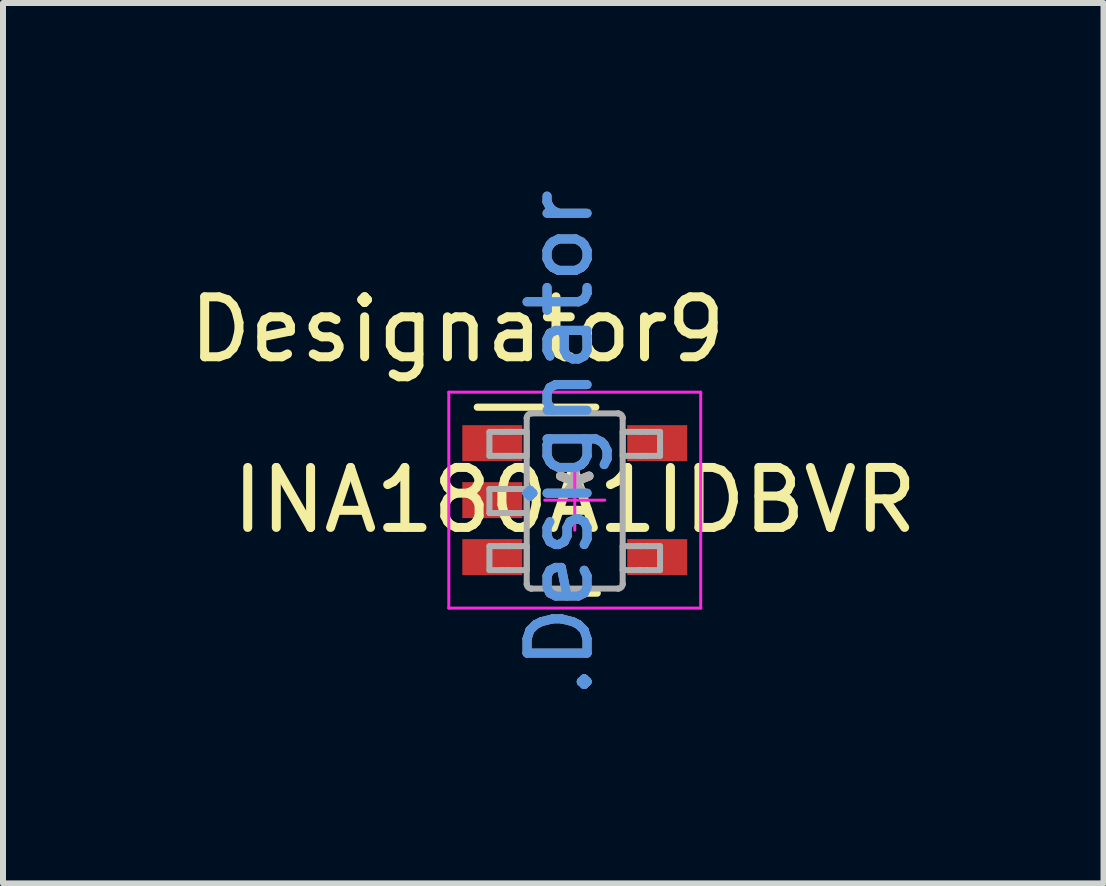
<source format=kicad_pcb>
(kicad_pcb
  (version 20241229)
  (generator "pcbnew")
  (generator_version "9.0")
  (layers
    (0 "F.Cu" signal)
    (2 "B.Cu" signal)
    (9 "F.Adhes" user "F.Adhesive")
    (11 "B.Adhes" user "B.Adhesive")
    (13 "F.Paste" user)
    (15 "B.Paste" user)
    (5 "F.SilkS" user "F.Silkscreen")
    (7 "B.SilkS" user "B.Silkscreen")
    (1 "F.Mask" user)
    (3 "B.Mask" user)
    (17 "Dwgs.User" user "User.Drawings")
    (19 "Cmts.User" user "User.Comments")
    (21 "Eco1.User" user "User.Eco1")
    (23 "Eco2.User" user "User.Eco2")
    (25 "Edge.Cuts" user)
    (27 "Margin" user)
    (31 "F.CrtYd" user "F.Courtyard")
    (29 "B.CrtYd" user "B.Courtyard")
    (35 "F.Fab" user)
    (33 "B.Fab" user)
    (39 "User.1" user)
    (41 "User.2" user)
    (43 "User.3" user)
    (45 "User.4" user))
  (footprint "INA180A1IDBVR"
    (layer "F.Cu")
    (at 6.533 5.289)
    (property "Reference" "INA180A1IDBVR" (at 0 0 0) (layer "F.SilkS") (effects (font (size 1 1) (thickness 0.15))))
    (attr through_hole)
    (fp_line (start -1.625 -1.55) (end 0.35 -1.55) (stroke (width 0.12) (type solid)) (layer "F.SilkS"))
    (fp_line (start -0.4 1.55) (end 0.375 1.55) (stroke (width 0.12) (type solid)) (layer "F.SilkS"))
    (fp_line (start -2.1 -1.8) (end 2.1 -1.8) (stroke (width 0.05) (type solid)) (layer "F.CrtYd"))
    (fp_line (start -2.1 1.8) (end -2.1 -1.8) (stroke (width 0.05) (type solid)) (layer "F.CrtYd"))
    (fp_line (start -2.1 1.8) (end 2.1 1.8) (stroke (width 0.05) (type solid)) (layer "F.CrtYd"))
    (fp_line (start -0.5 0) (end 0.5 0) (stroke (width 0.05) (type solid)) (layer "F.CrtYd"))
    (fp_line (start 0 0.5) (end 0 -0.5) (stroke (width 0.05) (type solid)) (layer "F.CrtYd"))
    (fp_line (start 2.1 1.8) (end 2.1 -1.8) (stroke (width 0.05) (type solid)) (layer "F.CrtYd"))
    (fp_line (start -1.423 -1.138) (end -1.199 -1.138) (stroke (width 0.1) (type solid)) (layer "F.Fab"))
    (fp_line (start -1.423 -0.738) (end -1.423 -1.138) (stroke (width 0.1) (type solid)) (layer "F.Fab"))
    (fp_line (start -1.423 -0.738) (end -1.199 -0.738) (stroke (width 0.1) (type solid)) (layer "F.Fab"))
    (fp_line (start -1.423 -0.186) (end -1.199 -0.186) (stroke (width 0.1) (type solid)) (layer "F.Fab"))
    (fp_line (start -1.423 0.215) (end -1.423 -0.186) (stroke (width 0.1) (type solid)) (layer "F.Fab"))
    (fp_line (start -1.423 0.215) (end -1.199 0.215) (stroke (width 0.1) (type solid)) (layer "F.Fab"))
    (fp_line (start -1.423 0.767) (end -1.199 0.767) (stroke (width 0.1) (type solid)) (layer "F.Fab"))
    (fp_line (start -1.423 1.167) (end -1.423 0.767) (stroke (width 0.1) (type solid)) (layer "F.Fab"))
    (fp_line (start -1.423 1.167) (end -1.199 1.167) (stroke (width 0.1) (type solid)) (layer "F.Fab"))
    (fp_line (start -1.199 -1.138) (end -1.105 -1.138) (stroke (width 0.1) (type solid)) (layer "F.Fab"))
    (fp_line (start -1.199 -0.738) (end -1.105 -0.738) (stroke (width 0.1) (type solid)) (layer "F.Fab"))
    (fp_line (start -1.199 -0.186) (end -1.105 -0.186) (stroke (width 0.1) (type solid)) (layer "F.Fab"))
    (fp_line (start -1.199 0.215) (end -1.105 0.215) (stroke (width 0.1) (type solid)) (layer "F.Fab"))
    (fp_line (start -1.199 0.767) (end -1.105 0.767) (stroke (width 0.1) (type solid)) (layer "F.Fab"))
    (fp_line (start -1.199 1.167) (end -1.105 1.167) (stroke (width 0.1) (type solid)) (layer "F.Fab"))
    (fp_line (start -1.105 -1.138) (end -1.088 -1.138) (stroke (width 0.1) (type solid)) (layer "F.Fab"))
    (fp_line (start -1.105 -0.738) (end -1.088 -0.738) (stroke (width 0.1) (type solid)) (layer "F.Fab"))
    (fp_line (start -1.105 -0.186) (end -1.088 -0.186) (stroke (width 0.1) (type solid)) (layer "F.Fab"))
    (fp_line (start -1.105 0.215) (end -1.088 0.215) (stroke (width 0.1) (type solid)) (layer "F.Fab"))
    (fp_line (start -1.105 0.767) (end -1.088 0.767) (stroke (width 0.1) (type solid)) (layer "F.Fab"))
    (fp_line (start -1.105 1.167) (end -1.088 1.167) (stroke (width 0.1) (type solid)) (layer "F.Fab"))
    (fp_line (start -1.088 -1.138) (end -0.835 -1.138) (stroke (width 0.1) (type solid)) (layer "F.Fab"))
    (fp_line (start -1.088 -0.738) (end -0.835 -0.738) (stroke (width 0.1) (type solid)) (layer "F.Fab"))
    (fp_line (start -1.088 -0.186) (end -0.835 -0.186) (stroke (width 0.1) (type solid)) (layer "F.Fab"))
    (fp_line (start -1.088 0.215) (end -0.835 0.215) (stroke (width 0.1) (type solid)) (layer "F.Fab"))
    (fp_line (start -1.088 0.767) (end -0.835 0.767) (stroke (width 0.1) (type solid)) (layer "F.Fab"))
    (fp_line (start -1.088 1.167) (end -0.835 1.167) (stroke (width 0.1) (type solid)) (layer "F.Fab"))
    (fp_line (start -0.835 -1.138) (end -0.801 -1.138) (stroke (width 0.1) (type solid)) (layer "F.Fab"))
    (fp_line (start -0.835 -0.738) (end -0.801 -0.738) (stroke (width 0.1) (type solid)) (layer "F.Fab"))
    (fp_line (start -0.835 -0.186) (end -0.801 -0.186) (stroke (width 0.1) (type solid)) (layer "F.Fab"))
    (fp_line (start -0.835 0.215) (end -0.801 0.215) (stroke (width 0.1) (type solid)) (layer "F.Fab"))
    (fp_line (start -0.835 0.767) (end -0.801 0.767) (stroke (width 0.1) (type solid)) (layer "F.Fab"))
    (fp_line (start -0.835 1.167) (end -0.801 1.167) (stroke (width 0.1) (type solid)) (layer "F.Fab"))
    (fp_line (start -0.801 -1.37) (end -0.801 -1.371) (stroke (width 0.1) (type solid)) (layer "F.Fab"))
    (fp_line (start -0.801 -0.738) (end -0.801 -1.138) (stroke (width 0.1) (type solid)) (layer "F.Fab"))
    (fp_line (start -0.801 0.215) (end -0.801 -0.186) (stroke (width 0.1) (type solid)) (layer "F.Fab"))
    (fp_line (start -0.801 1.167) (end -0.801 0.767) (stroke (width 0.1) (type solid)) (layer "F.Fab"))
    (fp_line (start -0.801 1.399) (end -0.801 -1.37) (stroke (width 0.1) (type solid)) (layer "F.Fab"))
    (fp_line (start -0.801 1.4) (end -0.801 1.399) (stroke (width 0.1) (type solid)) (layer "F.Fab"))
    (fp_line (start -0.725 -1.446) (end -0.725 -1.446) (stroke (width 0.1) (type solid)) (layer "F.Fab"))
    (fp_line (start -0.725 1.475) (end -0.725 1.475) (stroke (width 0.1) (type solid)) (layer "F.Fab"))
    (fp_line (start -0.725 -1.446) (end 0.723 -1.446) (stroke (width 0.1) (type solid)) (layer "F.Fab"))
    (fp_line (start -0.725 1.475) (end 0.723 1.475) (stroke (width 0.1) (type solid)) (layer "F.Fab"))
    (fp_line (start 0.723 -1.446) (end 0.724 -1.446) (stroke (width 0.1) (type solid)) (layer "F.Fab"))
    (fp_line (start 0.723 1.475) (end 0.724 1.475) (stroke (width 0.1) (type solid)) (layer "F.Fab"))
    (fp_line (start 0.799 -1.37) (end 0.799 -1.371) (stroke (width 0.1) (type solid)) (layer "F.Fab"))
    (fp_line (start 0.799 -1.138) (end 0.834 -1.138) (stroke (width 0.1) (type solid)) (layer "F.Fab"))
    (fp_line (start 0.799 -0.738) (end 0.799 -1.138) (stroke (width 0.1) (type solid)) (layer "F.Fab"))
    (fp_line (start 0.799 -0.738) (end 0.834 -0.738) (stroke (width 0.1) (type solid)) (layer "F.Fab"))
    (fp_line (start 0.799 0.767) (end 0.834 0.767) (stroke (width 0.1) (type solid)) (layer "F.Fab"))
    (fp_line (start 0.799 1.167) (end 0.799 0.767) (stroke (width 0.1) (type solid)) (layer "F.Fab"))
    (fp_line (start 0.799 1.167) (end 0.834 1.167) (stroke (width 0.1) (type solid)) (layer "F.Fab"))
    (fp_line (start 0.799 1.399) (end 0.799 -1.37) (stroke (width 0.1) (type solid)) (layer "F.Fab"))
    (fp_line (start 0.799 1.4) (end 0.799 1.399) (stroke (width 0.1) (type solid)) (layer "F.Fab"))
    (fp_line (start 0.834 -1.138) (end 1.087 -1.138) (stroke (width 0.1) (type solid)) (layer "F.Fab"))
    (fp_line (start 0.834 -0.738) (end 1.087 -0.738) (stroke (width 0.1) (type solid)) (layer "F.Fab"))
    (fp_line (start 0.834 0.767) (end 1.087 0.767) (stroke (width 0.1) (type solid)) (layer "F.Fab"))
    (fp_line (start 0.834 1.167) (end 1.087 1.167) (stroke (width 0.1) (type solid)) (layer "F.Fab"))
    (fp_line (start 1.087 -1.138) (end 1.103 -1.138) (stroke (width 0.1) (type solid)) (layer "F.Fab"))
    (fp_line (start 1.087 -0.738) (end 1.103 -0.738) (stroke (width 0.1) (type solid)) (layer "F.Fab"))
    (fp_line (start 1.087 0.767) (end 1.103 0.767) (stroke (width 0.1) (type solid)) (layer "F.Fab"))
    (fp_line (start 1.087 1.167) (end 1.103 1.167) (stroke (width 0.1) (type solid)) (layer "F.Fab"))
    (fp_line (start 1.103 -1.138) (end 1.198 -1.138) (stroke (width 0.1) (type solid)) (layer "F.Fab"))
    (fp_line (start 1.103 -0.738) (end 1.198 -0.738) (stroke (width 0.1) (type solid)) (layer "F.Fab"))
    (fp_line (start 1.103 0.767) (end 1.198 0.767) (stroke (width 0.1) (type solid)) (layer "F.Fab"))
    (fp_line (start 1.103 1.167) (end 1.198 1.167) (stroke (width 0.1) (type solid)) (layer "F.Fab"))
    (fp_line (start 1.198 -1.138) (end 1.422 -1.138) (stroke (width 0.1) (type solid)) (layer "F.Fab"))
    (fp_line (start 1.198 -0.738) (end 1.422 -0.738) (stroke (width 0.1) (type solid)) (layer "F.Fab"))
    (fp_line (start 1.198 0.767) (end 1.422 0.767) (stroke (width 0.1) (type solid)) (layer "F.Fab"))
    (fp_line (start 1.198 1.167) (end 1.422 1.167) (stroke (width 0.1) (type solid)) (layer "F.Fab"))
    (fp_line (start 1.422 -0.738) (end 1.422 -1.138) (stroke (width 0.1) (type solid)) (layer "F.Fab"))
    (fp_line (start 1.422 1.167) (end 1.422 0.767) (stroke (width 0.1) (type solid)) (layer "F.Fab"))
    (fp_arc (start -0.80074 -1.370841) (mid -0.778218 -1.423887) (end -0.724999 -1.445998) (stroke (width 0.1) (type solid)) (layer "F.Fab"))
    (fp_arc (start -0.724999 1.474999) (mid -0.778213 1.452901) (end -0.80074 1.399867) (stroke (width 0.1) (type solid)) (layer "F.Fab"))
    (fp_arc (start 0.723715 -1.445998) (mid 0.776933 -1.423886) (end 0.799455 -1.37084) (stroke (width 0.1) (type solid)) (layer "F.Fab"))
    (fp_arc (start 0.799456 1.399868) (mid 0.776928 1.452902) (end 0.723713 1.475) (stroke (width 0.1) (type solid)) (layer "F.Fab"))
    (fp_text user "Designator9" (at -1.956 -2.845 0) (layer "F.SilkS") (effects (font (size 1 1) (thickness 0.15))))
    (fp_text user "*" (at 0 0 0) (layer "F.SilkS") (effects (font (size 1 1) (thickness 0.15))))
    (fp_text user ".Designator" (at -0.25 -0.95 270) (layer "Cmts.User") (effects (font (size 1 1) (thickness 0.15))))
    (fp_text user "*" (at 0 0 0) (layer "F.Fab") (effects (font (size 1 1) (thickness 0.15))))
    (fp_text user ".Designator" (at -0.25 -0.95 270) (layer "F.Fab") (effects (font (size 1 1) (thickness 0.15))))
    (pad "1" smd rect (at -1.375 -0.95 90) (size 0.6 1) (layers "F.Cu" "F.Mask" "F.Paste"))
    (pad "2" smd rect (at -1.375 0 90) (size 0.6 1) (layers "F.Cu" "F.Mask" "F.Paste"))
    (pad "3" smd rect (at -1.375 0.95 90) (size 0.6 1) (layers "F.Cu" "F.Mask" "F.Paste"))
    (pad "4" smd rect (at 1.375 0.95 90) (size 0.6 1) (layers "F.Cu" "F.Mask" "F.Paste"))
    (pad "5" smd rect (at 1.375 -0.95 90) (size 0.6 1) (layers "F.Cu" "F.Mask" "F.Paste")))
  (gr_rect
    (start -3 -3)
    (end 15.349 11.679)
    (stroke (width 0.1) (type default))
    (fill no)
    (layer "Edge.Cuts")))
</source>
